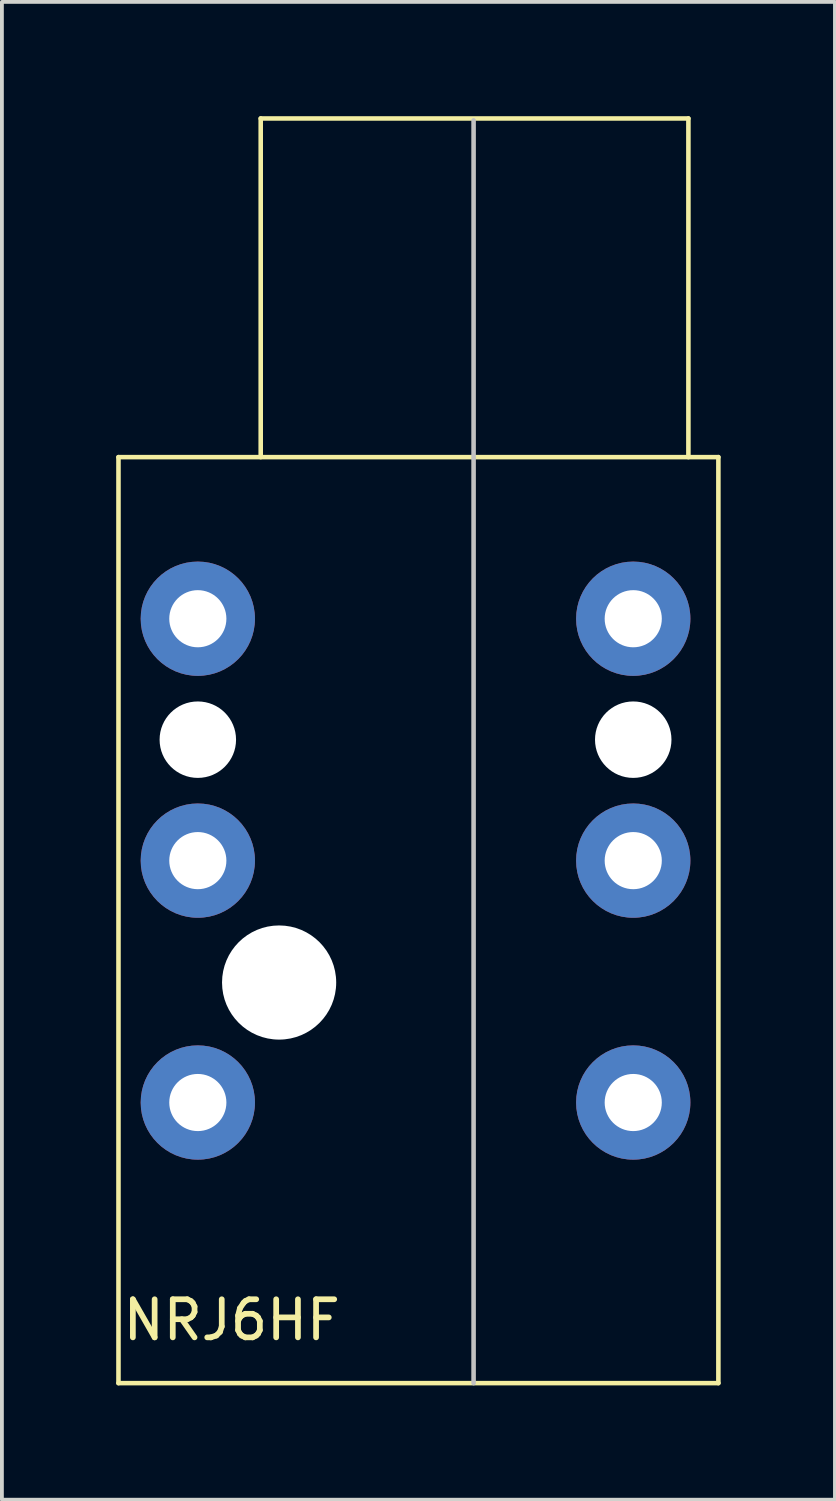
<source format=kicad_pcb>
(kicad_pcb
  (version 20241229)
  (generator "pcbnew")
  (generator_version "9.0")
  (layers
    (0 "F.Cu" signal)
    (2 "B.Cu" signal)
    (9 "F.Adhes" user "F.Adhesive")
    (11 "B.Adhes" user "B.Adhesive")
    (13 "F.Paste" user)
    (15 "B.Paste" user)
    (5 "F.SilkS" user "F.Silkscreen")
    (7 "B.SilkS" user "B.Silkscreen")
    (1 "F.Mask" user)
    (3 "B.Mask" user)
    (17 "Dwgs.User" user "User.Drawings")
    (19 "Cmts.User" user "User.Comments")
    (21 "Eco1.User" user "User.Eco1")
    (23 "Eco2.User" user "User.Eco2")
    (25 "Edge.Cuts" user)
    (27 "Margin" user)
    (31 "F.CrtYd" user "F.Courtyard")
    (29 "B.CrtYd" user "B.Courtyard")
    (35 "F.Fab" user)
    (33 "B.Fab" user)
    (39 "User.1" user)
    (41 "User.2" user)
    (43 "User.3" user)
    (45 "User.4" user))
  (footprint "NRJ6HF"
    (layer "F.Cu")
    (at 9.382 8.95)
    (property "Reference" "NRJ6HF" (at -6.349 22.652 0) (layer "F.SilkS") (effects (font (size 1 1) (thickness 0.15))))
    (attr through_hole)
    (fp_line (start -9.322 0) (end -9.322 24.308) (stroke (width 0.12) (type solid)) (layer "F.SilkS"))
    (fp_line (start -9.322 24.308) (end 6.426 24.308) (stroke (width 0.12) (type solid)) (layer "F.SilkS"))
    (fp_line (start -5.588 -8.89) (end 5.639 -8.89) (stroke (width 0.12) (type solid)) (layer "F.SilkS"))
    (fp_line (start -5.588 0) (end -5.588 -8.89) (stroke (width 0.12) (type solid)) (layer "F.SilkS"))
    (fp_line (start 5.639 -8.89) (end 5.639 0) (stroke (width 0.12) (type solid)) (layer "F.SilkS"))
    (fp_line (start 6.426 0) (end -9.322 0) (stroke (width 0.12) (type solid)) (layer "F.SilkS"))
    (fp_line (start 6.426 24.308) (end 6.426 0) (stroke (width 0.12) (type solid)) (layer "F.SilkS"))
    (fp_line (start 0 -8.839) (end 0 24.308) (stroke (width 0.12) (type solid)) (layer "Dwgs.User"))
    (pad "" np_thru_hole circle (at -7.239 7.417) (size 2.007 2.007) (drill 2.007) (layers "*.Cu" "*.Mask"))
    (pad "" np_thru_hole circle (at -5.105 13.792) (size 2.997 2.997) (drill 2.997) (layers "*.Cu" "*.Mask"))
    (pad "" np_thru_hole circle (at 4.191 7.417) (size 2.007 2.007) (drill 2.007) (layers "*.Cu" "*.Mask"))
    (pad "1" thru_hole circle (at -7.239 16.942) (size 3 3) (drill 1.5) (layers "*.Cu" "*.Mask"))
    (pad "2" thru_hole circle (at -7.239 10.592) (size 3 3) (drill 1.5) (layers "*.Cu" "*.Mask"))
    (pad "3" thru_hole circle (at -7.239 4.242) (size 3 3) (drill 1.5) (layers "*.Cu" "*.Mask"))
    (pad "4" thru_hole circle (at 4.191 16.942) (size 3 3) (drill 1.5) (layers "*.Cu" "*.Mask"))
    (pad "5" thru_hole circle (at 4.191 10.592) (size 3 3) (drill 1.5) (layers "*.Cu" "*.Mask"))
    (pad "6" thru_hole circle (at 4.191 4.242) (size 3 3) (drill 1.5) (layers "*.Cu" "*.Mask")))
  (gr_rect
    (start -3 -3)
    (end 18.868 36.318)
    (stroke (width 0.1) (type default))
    (fill no)
    (layer "Edge.Cuts")))
</source>
